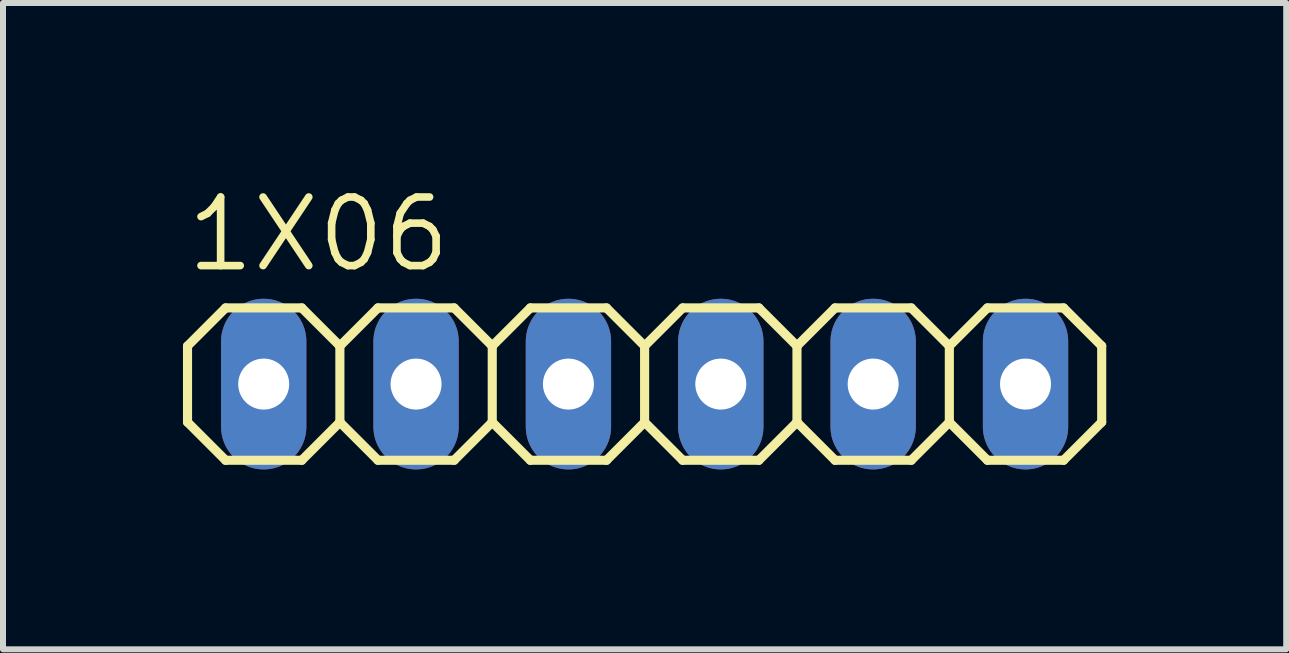
<source format=kicad_pcb>
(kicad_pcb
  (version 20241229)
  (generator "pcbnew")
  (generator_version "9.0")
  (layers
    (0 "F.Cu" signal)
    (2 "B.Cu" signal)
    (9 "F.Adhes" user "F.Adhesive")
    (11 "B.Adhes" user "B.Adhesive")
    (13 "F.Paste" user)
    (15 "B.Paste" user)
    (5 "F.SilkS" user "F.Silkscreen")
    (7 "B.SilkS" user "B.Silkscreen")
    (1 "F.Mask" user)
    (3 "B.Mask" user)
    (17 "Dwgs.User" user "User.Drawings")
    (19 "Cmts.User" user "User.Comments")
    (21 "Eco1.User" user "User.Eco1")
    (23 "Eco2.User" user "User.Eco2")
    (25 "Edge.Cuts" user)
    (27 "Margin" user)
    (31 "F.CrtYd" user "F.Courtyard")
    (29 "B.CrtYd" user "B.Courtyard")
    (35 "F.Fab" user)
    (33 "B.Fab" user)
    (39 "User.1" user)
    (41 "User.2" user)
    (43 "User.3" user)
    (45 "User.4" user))
  (footprint "1X06"
    (layer "F.Cu")
    (at 7.696 3.353)
    (property "Reference" "1X06" (at -7.696 -1.829 0) (unlocked yes) (layer "F.SilkS") (effects (font (size 1.143 1.143) (thickness 0.127)) (justify left bottom)))
    (fp_line (start -7.62 -0.635) (end -7.62 0.635) (stroke (width 0.152) (type solid)) (layer "F.SilkS"))
    (fp_line (start -7.62 0.635) (end -6.985 1.27) (stroke (width 0.152) (type solid)) (layer "F.SilkS"))
    (fp_line (start -6.985 -1.27) (end -7.62 -0.635) (stroke (width 0.152) (type solid)) (layer "F.SilkS"))
    (fp_line (start -6.985 -1.27) (end -5.715 -1.27) (stroke (width 0.152) (type solid)) (layer "F.SilkS"))
    (fp_line (start -5.715 -1.27) (end -5.08 -0.635) (stroke (width 0.152) (type solid)) (layer "F.SilkS"))
    (fp_line (start -5.715 1.27) (end -6.985 1.27) (stroke (width 0.152) (type solid)) (layer "F.SilkS"))
    (fp_line (start -5.08 -0.635) (end -5.08 0.635) (stroke (width 0.152) (type solid)) (layer "F.SilkS"))
    (fp_line (start -5.08 -0.635) (end -4.445 -1.27) (stroke (width 0.152) (type solid)) (layer "F.SilkS"))
    (fp_line (start -5.08 0.635) (end -5.715 1.27) (stroke (width 0.152) (type solid)) (layer "F.SilkS"))
    (fp_line (start -4.445 -1.27) (end -3.175 -1.27) (stroke (width 0.152) (type solid)) (layer "F.SilkS"))
    (fp_line (start -4.445 1.27) (end -5.08 0.635) (stroke (width 0.152) (type solid)) (layer "F.SilkS"))
    (fp_line (start -3.175 -1.27) (end -2.54 -0.635) (stroke (width 0.152) (type solid)) (layer "F.SilkS"))
    (fp_line (start -3.175 1.27) (end -4.445 1.27) (stroke (width 0.152) (type solid)) (layer "F.SilkS"))
    (fp_line (start -2.54 -0.635) (end -2.54 0.635) (stroke (width 0.152) (type solid)) (layer "F.SilkS"))
    (fp_line (start -2.54 -0.635) (end -1.905 -1.27) (stroke (width 0.152) (type solid)) (layer "F.SilkS"))
    (fp_line (start -2.54 0.635) (end -3.175 1.27) (stroke (width 0.152) (type solid)) (layer "F.SilkS"))
    (fp_line (start -1.905 -1.27) (end -0.635 -1.27) (stroke (width 0.152) (type solid)) (layer "F.SilkS"))
    (fp_line (start -1.905 1.27) (end -2.54 0.635) (stroke (width 0.152) (type solid)) (layer "F.SilkS"))
    (fp_line (start -0.635 -1.27) (end 0 -0.635) (stroke (width 0.152) (type solid)) (layer "F.SilkS"))
    (fp_line (start -0.635 1.27) (end -1.905 1.27) (stroke (width 0.152) (type solid)) (layer "F.SilkS"))
    (fp_line (start 0 -0.635) (end 0 0.635) (stroke (width 0.152) (type solid)) (layer "F.SilkS"))
    (fp_line (start 0 0.635) (end -0.635 1.27) (stroke (width 0.152) (type solid)) (layer "F.SilkS"))
    (fp_line (start 0 0.635) (end 0.635 1.27) (stroke (width 0.152) (type solid)) (layer "F.SilkS"))
    (fp_line (start 0.635 -1.27) (end 0 -0.635) (stroke (width 0.152) (type solid)) (layer "F.SilkS"))
    (fp_line (start 0.635 -1.27) (end 1.905 -1.27) (stroke (width 0.152) (type solid)) (layer "F.SilkS"))
    (fp_line (start 1.905 -1.27) (end 2.54 -0.635) (stroke (width 0.152) (type solid)) (layer "F.SilkS"))
    (fp_line (start 1.905 1.27) (end 0.635 1.27) (stroke (width 0.152) (type solid)) (layer "F.SilkS"))
    (fp_line (start 2.54 -0.635) (end 2.54 0.635) (stroke (width 0.152) (type solid)) (layer "F.SilkS"))
    (fp_line (start 2.54 -0.635) (end 3.175 -1.27) (stroke (width 0.152) (type solid)) (layer "F.SilkS"))
    (fp_line (start 2.54 0.635) (end 1.905 1.27) (stroke (width 0.152) (type solid)) (layer "F.SilkS"))
    (fp_line (start 3.175 -1.27) (end 4.445 -1.27) (stroke (width 0.152) (type solid)) (layer "F.SilkS"))
    (fp_line (start 3.175 1.27) (end 2.54 0.635) (stroke (width 0.152) (type solid)) (layer "F.SilkS"))
    (fp_line (start 4.445 -1.27) (end 5.08 -0.635) (stroke (width 0.152) (type solid)) (layer "F.SilkS"))
    (fp_line (start 4.445 1.27) (end 3.175 1.27) (stroke (width 0.152) (type solid)) (layer "F.SilkS"))
    (fp_line (start 5.08 -0.635) (end 5.08 0.635) (stroke (width 0.152) (type solid)) (layer "F.SilkS"))
    (fp_line (start 5.08 0.635) (end 4.445 1.27) (stroke (width 0.152) (type solid)) (layer "F.SilkS"))
    (fp_line (start 5.08 0.635) (end 5.715 1.27) (stroke (width 0.152) (type solid)) (layer "F.SilkS"))
    (fp_line (start 5.715 -1.27) (end 5.08 -0.635) (stroke (width 0.152) (type solid)) (layer "F.SilkS"))
    (fp_line (start 5.715 -1.27) (end 6.985 -1.27) (stroke (width 0.152) (type solid)) (layer "F.SilkS"))
    (fp_line (start 6.985 -1.27) (end 7.62 -0.635) (stroke (width 0.152) (type solid)) (layer "F.SilkS"))
    (fp_line (start 6.985 1.27) (end 5.715 1.27) (stroke (width 0.152) (type solid)) (layer "F.SilkS"))
    (fp_line (start 7.62 -0.635) (end 7.62 0.635) (stroke (width 0.152) (type solid)) (layer "F.SilkS"))
    (fp_line (start 7.62 0.635) (end 6.985 1.27) (stroke (width 0.152) (type solid)) (layer "F.SilkS"))
    (fp_poly (pts (xy -6.604 0.254) (xy -6.096 0.254) (xy -6.096 -0.254) (xy -6.604 -0.254)) (stroke (width 0.1) (type default)) (fill no) (layer "F.Fab"))
    (fp_poly (pts (xy -4.064 0.254) (xy -3.556 0.254) (xy -3.556 -0.254) (xy -4.064 -0.254)) (stroke (width 0.1) (type default)) (fill no) (layer "F.Fab"))
    (fp_poly (pts (xy -1.524 0.254) (xy -1.016 0.254) (xy -1.016 -0.254) (xy -1.524 -0.254)) (stroke (width 0.1) (type default)) (fill no) (layer "F.Fab"))
    (fp_poly (pts (xy 1.016 0.254) (xy 1.524 0.254) (xy 1.524 -0.254) (xy 1.016 -0.254)) (stroke (width 0.1) (type default)) (fill no) (layer "F.Fab"))
    (fp_poly (pts (xy 3.556 0.254) (xy 4.064 0.254) (xy 4.064 -0.254) (xy 3.556 -0.254)) (stroke (width 0.1) (type default)) (fill no) (layer "F.Fab"))
    (fp_poly (pts (xy 6.096 0.254) (xy 6.604 0.254) (xy 6.604 -0.254) (xy 6.096 -0.254)) (stroke (width 0.1) (type default)) (fill no) (layer "F.Fab"))
    (pad "1" thru_hole oval (at -6.35 0 90) (size 2.845 1.422) (drill 0.85) (layers "*.Cu" "*.Mask"))
    (pad "2" thru_hole oval (at -3.81 0 90) (size 2.845 1.422) (drill 0.85) (layers "*.Cu" "*.Mask"))
    (pad "3" thru_hole oval (at -1.27 0 90) (size 2.845 1.422) (drill 0.85) (layers "*.Cu" "*.Mask"))
    (pad "4" thru_hole oval (at 1.27 0 90) (size 2.845 1.422) (drill 0.85) (layers "*.Cu" "*.Mask"))
    (pad "5" thru_hole oval (at 3.81 0 90) (size 2.845 1.422) (drill 0.85) (layers "*.Cu" "*.Mask"))
    (pad "6" thru_hole oval (at 6.35 0 90) (size 2.845 1.422) (drill 0.85) (layers "*.Cu" "*.Mask")))
  (gr_rect
    (start -3 -3)
    (end 18.392 7.775)
    (stroke (width 0.1) (type default))
    (fill no)
    (layer "Edge.Cuts")))
</source>
